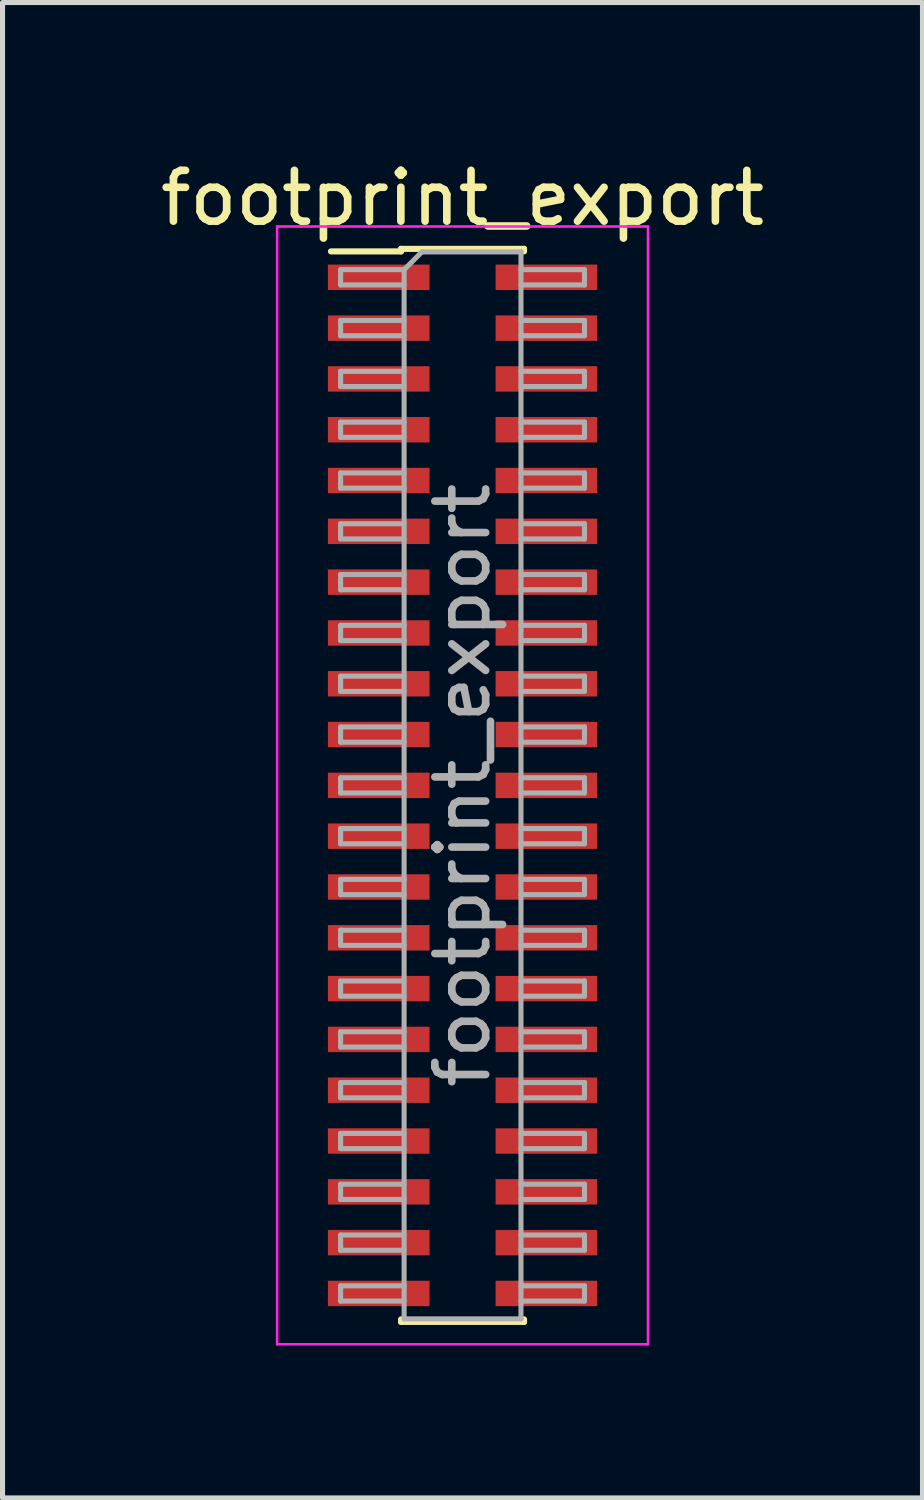
<source format=kicad_pcb>
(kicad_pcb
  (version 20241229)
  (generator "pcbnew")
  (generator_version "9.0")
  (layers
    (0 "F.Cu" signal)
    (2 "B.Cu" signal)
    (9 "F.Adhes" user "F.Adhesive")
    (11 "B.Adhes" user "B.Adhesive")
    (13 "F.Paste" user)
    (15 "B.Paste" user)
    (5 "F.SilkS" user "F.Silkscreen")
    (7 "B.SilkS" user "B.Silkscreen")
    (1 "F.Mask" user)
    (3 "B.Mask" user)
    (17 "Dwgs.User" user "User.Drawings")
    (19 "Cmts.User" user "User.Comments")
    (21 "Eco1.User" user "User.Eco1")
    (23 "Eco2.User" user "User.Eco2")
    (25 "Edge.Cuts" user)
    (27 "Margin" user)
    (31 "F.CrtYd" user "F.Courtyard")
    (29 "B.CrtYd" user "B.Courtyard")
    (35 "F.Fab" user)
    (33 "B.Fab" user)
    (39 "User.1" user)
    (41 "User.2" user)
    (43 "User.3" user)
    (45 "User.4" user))
  (footprint "footprint_export"
    (layer "F.Cu")
    (at 6.054 12.408)
    (property "Reference" "footprint_export" (at 0 -11.56 0) (layer "F.SilkS") (effects (font (size 1 1) (thickness 0.15))))
    (attr smd)
    (fp_line (start -2.59 -10.51) (end -1.21 -10.51) (stroke (width 0.12) (type solid)) (layer "F.SilkS"))
    (fp_line (start -1.21 -10.56) (end -1.21 -10.51) (stroke (width 0.12) (type solid)) (layer "F.SilkS"))
    (fp_line (start -1.21 -10.56) (end 1.21 -10.56) (stroke (width 0.12) (type solid)) (layer "F.SilkS"))
    (fp_line (start -1.21 10.51) (end -1.21 10.56) (stroke (width 0.12) (type solid)) (layer "F.SilkS"))
    (fp_line (start -1.21 10.56) (end 1.21 10.56) (stroke (width 0.12) (type solid)) (layer "F.SilkS"))
    (fp_line (start 1.21 -10.56) (end 1.21 -10.51) (stroke (width 0.12) (type solid)) (layer "F.SilkS"))
    (fp_line (start 1.21 10.51) (end 1.21 10.56) (stroke (width 0.12) (type solid)) (layer "F.SilkS"))
    (fp_line (start -3.65 -11) (end -3.65 11) (stroke (width 0.05) (type solid)) (layer "F.CrtYd"))
    (fp_line (start -3.65 11) (end 3.65 11) (stroke (width 0.05) (type solid)) (layer "F.CrtYd"))
    (fp_line (start 3.65 -11) (end -3.65 -11) (stroke (width 0.05) (type solid)) (layer "F.CrtYd"))
    (fp_line (start 3.65 11) (end 3.65 -11) (stroke (width 0.05) (type solid)) (layer "F.CrtYd"))
    (fp_line (start -2.4 -10.15) (end -2.4 -9.85) (stroke (width 0.1) (type solid)) (layer "F.Fab"))
    (fp_line (start -2.4 -9.85) (end -1.15 -9.85) (stroke (width 0.1) (type solid)) (layer "F.Fab"))
    (fp_line (start -2.4 -9.15) (end -2.4 -8.85) (stroke (width 0.1) (type solid)) (layer "F.Fab"))
    (fp_line (start -2.4 -8.85) (end -1.15 -8.85) (stroke (width 0.1) (type solid)) (layer "F.Fab"))
    (fp_line (start -2.4 -8.15) (end -2.4 -7.85) (stroke (width 0.1) (type solid)) (layer "F.Fab"))
    (fp_line (start -2.4 -7.85) (end -1.15 -7.85) (stroke (width 0.1) (type solid)) (layer "F.Fab"))
    (fp_line (start -2.4 -7.15) (end -2.4 -6.85) (stroke (width 0.1) (type solid)) (layer "F.Fab"))
    (fp_line (start -2.4 -6.85) (end -1.15 -6.85) (stroke (width 0.1) (type solid)) (layer "F.Fab"))
    (fp_line (start -2.4 -6.15) (end -2.4 -5.85) (stroke (width 0.1) (type solid)) (layer "F.Fab"))
    (fp_line (start -2.4 -5.85) (end -1.15 -5.85) (stroke (width 0.1) (type solid)) (layer "F.Fab"))
    (fp_line (start -2.4 -5.15) (end -2.4 -4.85) (stroke (width 0.1) (type solid)) (layer "F.Fab"))
    (fp_line (start -2.4 -4.85) (end -1.15 -4.85) (stroke (width 0.1) (type solid)) (layer "F.Fab"))
    (fp_line (start -2.4 -4.15) (end -2.4 -3.85) (stroke (width 0.1) (type solid)) (layer "F.Fab"))
    (fp_line (start -2.4 -3.85) (end -1.15 -3.85) (stroke (width 0.1) (type solid)) (layer "F.Fab"))
    (fp_line (start -2.4 -3.15) (end -2.4 -2.85) (stroke (width 0.1) (type solid)) (layer "F.Fab"))
    (fp_line (start -2.4 -2.85) (end -1.15 -2.85) (stroke (width 0.1) (type solid)) (layer "F.Fab"))
    (fp_line (start -2.4 -2.15) (end -2.4 -1.85) (stroke (width 0.1) (type solid)) (layer "F.Fab"))
    (fp_line (start -2.4 -1.85) (end -1.15 -1.85) (stroke (width 0.1) (type solid)) (layer "F.Fab"))
    (fp_line (start -2.4 -1.15) (end -2.4 -0.85) (stroke (width 0.1) (type solid)) (layer "F.Fab"))
    (fp_line (start -2.4 -0.85) (end -1.15 -0.85) (stroke (width 0.1) (type solid)) (layer "F.Fab"))
    (fp_line (start -2.4 -0.15) (end -2.4 0.15) (stroke (width 0.1) (type solid)) (layer "F.Fab"))
    (fp_line (start -2.4 0.15) (end -1.15 0.15) (stroke (width 0.1) (type solid)) (layer "F.Fab"))
    (fp_line (start -2.4 0.85) (end -2.4 1.15) (stroke (width 0.1) (type solid)) (layer "F.Fab"))
    (fp_line (start -2.4 1.15) (end -1.15 1.15) (stroke (width 0.1) (type solid)) (layer "F.Fab"))
    (fp_line (start -2.4 1.85) (end -2.4 2.15) (stroke (width 0.1) (type solid)) (layer "F.Fab"))
    (fp_line (start -2.4 2.15) (end -1.15 2.15) (stroke (width 0.1) (type solid)) (layer "F.Fab"))
    (fp_line (start -2.4 2.85) (end -2.4 3.15) (stroke (width 0.1) (type solid)) (layer "F.Fab"))
    (fp_line (start -2.4 3.15) (end -1.15 3.15) (stroke (width 0.1) (type solid)) (layer "F.Fab"))
    (fp_line (start -2.4 3.85) (end -2.4 4.15) (stroke (width 0.1) (type solid)) (layer "F.Fab"))
    (fp_line (start -2.4 4.15) (end -1.15 4.15) (stroke (width 0.1) (type solid)) (layer "F.Fab"))
    (fp_line (start -2.4 4.85) (end -2.4 5.15) (stroke (width 0.1) (type solid)) (layer "F.Fab"))
    (fp_line (start -2.4 5.15) (end -1.15 5.15) (stroke (width 0.1) (type solid)) (layer "F.Fab"))
    (fp_line (start -2.4 5.85) (end -2.4 6.15) (stroke (width 0.1) (type solid)) (layer "F.Fab"))
    (fp_line (start -2.4 6.15) (end -1.15 6.15) (stroke (width 0.1) (type solid)) (layer "F.Fab"))
    (fp_line (start -2.4 6.85) (end -2.4 7.15) (stroke (width 0.1) (type solid)) (layer "F.Fab"))
    (fp_line (start -2.4 7.15) (end -1.15 7.15) (stroke (width 0.1) (type solid)) (layer "F.Fab"))
    (fp_line (start -2.4 7.85) (end -2.4 8.15) (stroke (width 0.1) (type solid)) (layer "F.Fab"))
    (fp_line (start -2.4 8.15) (end -1.15 8.15) (stroke (width 0.1) (type solid)) (layer "F.Fab"))
    (fp_line (start -2.4 8.85) (end -2.4 9.15) (stroke (width 0.1) (type solid)) (layer "F.Fab"))
    (fp_line (start -2.4 9.15) (end -1.15 9.15) (stroke (width 0.1) (type solid)) (layer "F.Fab"))
    (fp_line (start -2.4 9.85) (end -2.4 10.15) (stroke (width 0.1) (type solid)) (layer "F.Fab"))
    (fp_line (start -2.4 10.15) (end -1.15 10.15) (stroke (width 0.1) (type solid)) (layer "F.Fab"))
    (fp_line (start -1.15 -10.15) (end -2.4 -10.15) (stroke (width 0.1) (type solid)) (layer "F.Fab"))
    (fp_line (start -1.15 -10.15) (end -0.8 -10.5) (stroke (width 0.1) (type solid)) (layer "F.Fab"))
    (fp_line (start -1.15 -9.15) (end -2.4 -9.15) (stroke (width 0.1) (type solid)) (layer "F.Fab"))
    (fp_line (start -1.15 -8.15) (end -2.4 -8.15) (stroke (width 0.1) (type solid)) (layer "F.Fab"))
    (fp_line (start -1.15 -7.15) (end -2.4 -7.15) (stroke (width 0.1) (type solid)) (layer "F.Fab"))
    (fp_line (start -1.15 -6.15) (end -2.4 -6.15) (stroke (width 0.1) (type solid)) (layer "F.Fab"))
    (fp_line (start -1.15 -5.15) (end -2.4 -5.15) (stroke (width 0.1) (type solid)) (layer "F.Fab"))
    (fp_line (start -1.15 -4.15) (end -2.4 -4.15) (stroke (width 0.1) (type solid)) (layer "F.Fab"))
    (fp_line (start -1.15 -3.15) (end -2.4 -3.15) (stroke (width 0.1) (type solid)) (layer "F.Fab"))
    (fp_line (start -1.15 -2.15) (end -2.4 -2.15) (stroke (width 0.1) (type solid)) (layer "F.Fab"))
    (fp_line (start -1.15 -1.15) (end -2.4 -1.15) (stroke (width 0.1) (type solid)) (layer "F.Fab"))
    (fp_line (start -1.15 -0.15) (end -2.4 -0.15) (stroke (width 0.1) (type solid)) (layer "F.Fab"))
    (fp_line (start -1.15 0.85) (end -2.4 0.85) (stroke (width 0.1) (type solid)) (layer "F.Fab"))
    (fp_line (start -1.15 1.85) (end -2.4 1.85) (stroke (width 0.1) (type solid)) (layer "F.Fab"))
    (fp_line (start -1.15 2.85) (end -2.4 2.85) (stroke (width 0.1) (type solid)) (layer "F.Fab"))
    (fp_line (start -1.15 3.85) (end -2.4 3.85) (stroke (width 0.1) (type solid)) (layer "F.Fab"))
    (fp_line (start -1.15 4.85) (end -2.4 4.85) (stroke (width 0.1) (type solid)) (layer "F.Fab"))
    (fp_line (start -1.15 5.85) (end -2.4 5.85) (stroke (width 0.1) (type solid)) (layer "F.Fab"))
    (fp_line (start -1.15 6.85) (end -2.4 6.85) (stroke (width 0.1) (type solid)) (layer "F.Fab"))
    (fp_line (start -1.15 7.85) (end -2.4 7.85) (stroke (width 0.1) (type solid)) (layer "F.Fab"))
    (fp_line (start -1.15 8.85) (end -2.4 8.85) (stroke (width 0.1) (type solid)) (layer "F.Fab"))
    (fp_line (start -1.15 9.85) (end -2.4 9.85) (stroke (width 0.1) (type solid)) (layer "F.Fab"))
    (fp_line (start -1.15 10.5) (end -1.15 -10.15) (stroke (width 0.1) (type solid)) (layer "F.Fab"))
    (fp_line (start -0.8 -10.5) (end 1.15 -10.5) (stroke (width 0.1) (type solid)) (layer "F.Fab"))
    (fp_line (start 1.15 -10.5) (end 1.15 10.5) (stroke (width 0.1) (type solid)) (layer "F.Fab"))
    (fp_line (start 1.15 -10.15) (end 2.4 -10.15) (stroke (width 0.1) (type solid)) (layer "F.Fab"))
    (fp_line (start 1.15 -9.15) (end 2.4 -9.15) (stroke (width 0.1) (type solid)) (layer "F.Fab"))
    (fp_line (start 1.15 -8.15) (end 2.4 -8.15) (stroke (width 0.1) (type solid)) (layer "F.Fab"))
    (fp_line (start 1.15 -7.15) (end 2.4 -7.15) (stroke (width 0.1) (type solid)) (layer "F.Fab"))
    (fp_line (start 1.15 -6.15) (end 2.4 -6.15) (stroke (width 0.1) (type solid)) (layer "F.Fab"))
    (fp_line (start 1.15 -5.15) (end 2.4 -5.15) (stroke (width 0.1) (type solid)) (layer "F.Fab"))
    (fp_line (start 1.15 -4.15) (end 2.4 -4.15) (stroke (width 0.1) (type solid)) (layer "F.Fab"))
    (fp_line (start 1.15 -3.15) (end 2.4 -3.15) (stroke (width 0.1) (type solid)) (layer "F.Fab"))
    (fp_line (start 1.15 -2.15) (end 2.4 -2.15) (stroke (width 0.1) (type solid)) (layer "F.Fab"))
    (fp_line (start 1.15 -1.15) (end 2.4 -1.15) (stroke (width 0.1) (type solid)) (layer "F.Fab"))
    (fp_line (start 1.15 -0.15) (end 2.4 -0.15) (stroke (width 0.1) (type solid)) (layer "F.Fab"))
    (fp_line (start 1.15 0.85) (end 2.4 0.85) (stroke (width 0.1) (type solid)) (layer "F.Fab"))
    (fp_line (start 1.15 1.85) (end 2.4 1.85) (stroke (width 0.1) (type solid)) (layer "F.Fab"))
    (fp_line (start 1.15 2.85) (end 2.4 2.85) (stroke (width 0.1) (type solid)) (layer "F.Fab"))
    (fp_line (start 1.15 3.85) (end 2.4 3.85) (stroke (width 0.1) (type solid)) (layer "F.Fab"))
    (fp_line (start 1.15 4.85) (end 2.4 4.85) (stroke (width 0.1) (type solid)) (layer "F.Fab"))
    (fp_line (start 1.15 5.85) (end 2.4 5.85) (stroke (width 0.1) (type solid)) (layer "F.Fab"))
    (fp_line (start 1.15 6.85) (end 2.4 6.85) (stroke (width 0.1) (type solid)) (layer "F.Fab"))
    (fp_line (start 1.15 7.85) (end 2.4 7.85) (stroke (width 0.1) (type solid)) (layer "F.Fab"))
    (fp_line (start 1.15 8.85) (end 2.4 8.85) (stroke (width 0.1) (type solid)) (layer "F.Fab"))
    (fp_line (start 1.15 9.85) (end 2.4 9.85) (stroke (width 0.1) (type solid)) (layer "F.Fab"))
    (fp_line (start 1.15 10.5) (end -1.15 10.5) (stroke (width 0.1) (type solid)) (layer "F.Fab"))
    (fp_line (start 2.4 -10.15) (end 2.4 -9.85) (stroke (width 0.1) (type solid)) (layer "F.Fab"))
    (fp_line (start 2.4 -9.85) (end 1.15 -9.85) (stroke (width 0.1) (type solid)) (layer "F.Fab"))
    (fp_line (start 2.4 -9.15) (end 2.4 -8.85) (stroke (width 0.1) (type solid)) (layer "F.Fab"))
    (fp_line (start 2.4 -8.85) (end 1.15 -8.85) (stroke (width 0.1) (type solid)) (layer "F.Fab"))
    (fp_line (start 2.4 -8.15) (end 2.4 -7.85) (stroke (width 0.1) (type solid)) (layer "F.Fab"))
    (fp_line (start 2.4 -7.85) (end 1.15 -7.85) (stroke (width 0.1) (type solid)) (layer "F.Fab"))
    (fp_line (start 2.4 -7.15) (end 2.4 -6.85) (stroke (width 0.1) (type solid)) (layer "F.Fab"))
    (fp_line (start 2.4 -6.85) (end 1.15 -6.85) (stroke (width 0.1) (type solid)) (layer "F.Fab"))
    (fp_line (start 2.4 -6.15) (end 2.4 -5.85) (stroke (width 0.1) (type solid)) (layer "F.Fab"))
    (fp_line (start 2.4 -5.85) (end 1.15 -5.85) (stroke (width 0.1) (type solid)) (layer "F.Fab"))
    (fp_line (start 2.4 -5.15) (end 2.4 -4.85) (stroke (width 0.1) (type solid)) (layer "F.Fab"))
    (fp_line (start 2.4 -4.85) (end 1.15 -4.85) (stroke (width 0.1) (type solid)) (layer "F.Fab"))
    (fp_line (start 2.4 -4.15) (end 2.4 -3.85) (stroke (width 0.1) (type solid)) (layer "F.Fab"))
    (fp_line (start 2.4 -3.85) (end 1.15 -3.85) (stroke (width 0.1) (type solid)) (layer "F.Fab"))
    (fp_line (start 2.4 -3.15) (end 2.4 -2.85) (stroke (width 0.1) (type solid)) (layer "F.Fab"))
    (fp_line (start 2.4 -2.85) (end 1.15 -2.85) (stroke (width 0.1) (type solid)) (layer "F.Fab"))
    (fp_line (start 2.4 -2.15) (end 2.4 -1.85) (stroke (width 0.1) (type solid)) (layer "F.Fab"))
    (fp_line (start 2.4 -1.85) (end 1.15 -1.85) (stroke (width 0.1) (type solid)) (layer "F.Fab"))
    (fp_line (start 2.4 -1.15) (end 2.4 -0.85) (stroke (width 0.1) (type solid)) (layer "F.Fab"))
    (fp_line (start 2.4 -0.85) (end 1.15 -0.85) (stroke (width 0.1) (type solid)) (layer "F.Fab"))
    (fp_line (start 2.4 -0.15) (end 2.4 0.15) (stroke (width 0.1) (type solid)) (layer "F.Fab"))
    (fp_line (start 2.4 0.15) (end 1.15 0.15) (stroke (width 0.1) (type solid)) (layer "F.Fab"))
    (fp_line (start 2.4 0.85) (end 2.4 1.15) (stroke (width 0.1) (type solid)) (layer "F.Fab"))
    (fp_line (start 2.4 1.15) (end 1.15 1.15) (stroke (width 0.1) (type solid)) (layer "F.Fab"))
    (fp_line (start 2.4 1.85) (end 2.4 2.15) (stroke (width 0.1) (type solid)) (layer "F.Fab"))
    (fp_line (start 2.4 2.15) (end 1.15 2.15) (stroke (width 0.1) (type solid)) (layer "F.Fab"))
    (fp_line (start 2.4 2.85) (end 2.4 3.15) (stroke (width 0.1) (type solid)) (layer "F.Fab"))
    (fp_line (start 2.4 3.15) (end 1.15 3.15) (stroke (width 0.1) (type solid)) (layer "F.Fab"))
    (fp_line (start 2.4 3.85) (end 2.4 4.15) (stroke (width 0.1) (type solid)) (layer "F.Fab"))
    (fp_line (start 2.4 4.15) (end 1.15 4.15) (stroke (width 0.1) (type solid)) (layer "F.Fab"))
    (fp_line (start 2.4 4.85) (end 2.4 5.15) (stroke (width 0.1) (type solid)) (layer "F.Fab"))
    (fp_line (start 2.4 5.15) (end 1.15 5.15) (stroke (width 0.1) (type solid)) (layer "F.Fab"))
    (fp_line (start 2.4 5.85) (end 2.4 6.15) (stroke (width 0.1) (type solid)) (layer "F.Fab"))
    (fp_line (start 2.4 6.15) (end 1.15 6.15) (stroke (width 0.1) (type solid)) (layer "F.Fab"))
    (fp_line (start 2.4 6.85) (end 2.4 7.15) (stroke (width 0.1) (type solid)) (layer "F.Fab"))
    (fp_line (start 2.4 7.15) (end 1.15 7.15) (stroke (width 0.1) (type solid)) (layer "F.Fab"))
    (fp_line (start 2.4 7.85) (end 2.4 8.15) (stroke (width 0.1) (type solid)) (layer "F.Fab"))
    (fp_line (start 2.4 8.15) (end 1.15 8.15) (stroke (width 0.1) (type solid)) (layer "F.Fab"))
    (fp_line (start 2.4 8.85) (end 2.4 9.15) (stroke (width 0.1) (type solid)) (layer "F.Fab"))
    (fp_line (start 2.4 9.15) (end 1.15 9.15) (stroke (width 0.1) (type solid)) (layer "F.Fab"))
    (fp_line (start 2.4 9.85) (end 2.4 10.15) (stroke (width 0.1) (type solid)) (layer "F.Fab"))
    (fp_line (start 2.4 10.15) (end 1.15 10.15) (stroke (width 0.1) (type solid)) (layer "F.Fab"))
    (fp_text user "${REFERENCE}" (at 0 0 90) (layer "F.Fab") (effects (font (size 1 1) (thickness 0.15))))
    (pad "1" smd rect (at -1.65 -10) (size 2 0.5) (layers "F.Cu" "F.Mask" "F.Paste"))
    (pad "2" smd rect (at 1.65 -10) (size 2 0.5) (layers "F.Cu" "F.Mask" "F.Paste"))
    (pad "3" smd rect (at -1.65 -9) (size 2 0.5) (layers "F.Cu" "F.Mask" "F.Paste"))
    (pad "4" smd rect (at 1.65 -9) (size 2 0.5) (layers "F.Cu" "F.Mask" "F.Paste"))
    (pad "5" smd rect (at -1.65 -8) (size 2 0.5) (layers "F.Cu" "F.Mask" "F.Paste"))
    (pad "6" smd rect (at 1.65 -8) (size 2 0.5) (layers "F.Cu" "F.Mask" "F.Paste"))
    (pad "7" smd rect (at -1.65 -7) (size 2 0.5) (layers "F.Cu" "F.Mask" "F.Paste"))
    (pad "8" smd rect (at 1.65 -7) (size 2 0.5) (layers "F.Cu" "F.Mask" "F.Paste"))
    (pad "9" smd rect (at -1.65 -6) (size 2 0.5) (layers "F.Cu" "F.Mask" "F.Paste"))
    (pad "10" smd rect (at 1.65 -6) (size 2 0.5) (layers "F.Cu" "F.Mask" "F.Paste"))
    (pad "11" smd rect (at -1.65 -5) (size 2 0.5) (layers "F.Cu" "F.Mask" "F.Paste"))
    (pad "12" smd rect (at 1.65 -5) (size 2 0.5) (layers "F.Cu" "F.Mask" "F.Paste"))
    (pad "13" smd rect (at -1.65 -4) (size 2 0.5) (layers "F.Cu" "F.Mask" "F.Paste"))
    (pad "14" smd rect (at 1.65 -4) (size 2 0.5) (layers "F.Cu" "F.Mask" "F.Paste"))
    (pad "15" smd rect (at -1.65 -3) (size 2 0.5) (layers "F.Cu" "F.Mask" "F.Paste"))
    (pad "16" smd rect (at 1.65 -3) (size 2 0.5) (layers "F.Cu" "F.Mask" "F.Paste"))
    (pad "17" smd rect (at -1.65 -2) (size 2 0.5) (layers "F.Cu" "F.Mask" "F.Paste"))
    (pad "18" smd rect (at 1.65 -2) (size 2 0.5) (layers "F.Cu" "F.Mask" "F.Paste"))
    (pad "19" smd rect (at -1.65 -1) (size 2 0.5) (layers "F.Cu" "F.Mask" "F.Paste"))
    (pad "20" smd rect (at 1.65 -1) (size 2 0.5) (layers "F.Cu" "F.Mask" "F.Paste"))
    (pad "21" smd rect (at -1.65 0) (size 2 0.5) (layers "F.Cu" "F.Mask" "F.Paste"))
    (pad "22" smd rect (at 1.65 0) (size 2 0.5) (layers "F.Cu" "F.Mask" "F.Paste"))
    (pad "23" smd rect (at -1.65 1) (size 2 0.5) (layers "F.Cu" "F.Mask" "F.Paste"))
    (pad "24" smd rect (at 1.65 1) (size 2 0.5) (layers "F.Cu" "F.Mask" "F.Paste"))
    (pad "25" smd rect (at -1.65 2) (size 2 0.5) (layers "F.Cu" "F.Mask" "F.Paste"))
    (pad "26" smd rect (at 1.65 2) (size 2 0.5) (layers "F.Cu" "F.Mask" "F.Paste"))
    (pad "27" smd rect (at -1.65 3) (size 2 0.5) (layers "F.Cu" "F.Mask" "F.Paste"))
    (pad "28" smd rect (at 1.65 3) (size 2 0.5) (layers "F.Cu" "F.Mask" "F.Paste"))
    (pad "29" smd rect (at -1.65 4) (size 2 0.5) (layers "F.Cu" "F.Mask" "F.Paste"))
    (pad "30" smd rect (at 1.65 4) (size 2 0.5) (layers "F.Cu" "F.Mask" "F.Paste"))
    (pad "31" smd rect (at -1.65 5) (size 2 0.5) (layers "F.Cu" "F.Mask" "F.Paste"))
    (pad "32" smd rect (at 1.65 5) (size 2 0.5) (layers "F.Cu" "F.Mask" "F.Paste"))
    (pad "33" smd rect (at -1.65 6) (size 2 0.5) (layers "F.Cu" "F.Mask" "F.Paste"))
    (pad "34" smd rect (at 1.65 6) (size 2 0.5) (layers "F.Cu" "F.Mask" "F.Paste"))
    (pad "35" smd rect (at -1.65 7) (size 2 0.5) (layers "F.Cu" "F.Mask" "F.Paste"))
    (pad "36" smd rect (at 1.65 7) (size 2 0.5) (layers "F.Cu" "F.Mask" "F.Paste"))
    (pad "37" smd rect (at -1.65 8) (size 2 0.5) (layers "F.Cu" "F.Mask" "F.Paste"))
    (pad "38" smd rect (at 1.65 8) (size 2 0.5) (layers "F.Cu" "F.Mask" "F.Paste"))
    (pad "39" smd rect (at -1.65 9) (size 2 0.5) (layers "F.Cu" "F.Mask" "F.Paste"))
    (pad "40" smd rect (at 1.65 9) (size 2 0.5) (layers "F.Cu" "F.Mask" "F.Paste"))
    (pad "41" smd rect (at -1.65 10) (size 2 0.5) (layers "F.Cu" "F.Mask" "F.Paste"))
    (pad "42" smd rect (at 1.65 10) (size 2 0.5) (layers "F.Cu" "F.Mask" "F.Paste")))
  (gr_rect
    (start -3 -3)
    (end 15.107 26.433)
    (stroke (width 0.1) (type default))
    (fill no)
    (layer "Edge.Cuts")))
</source>
